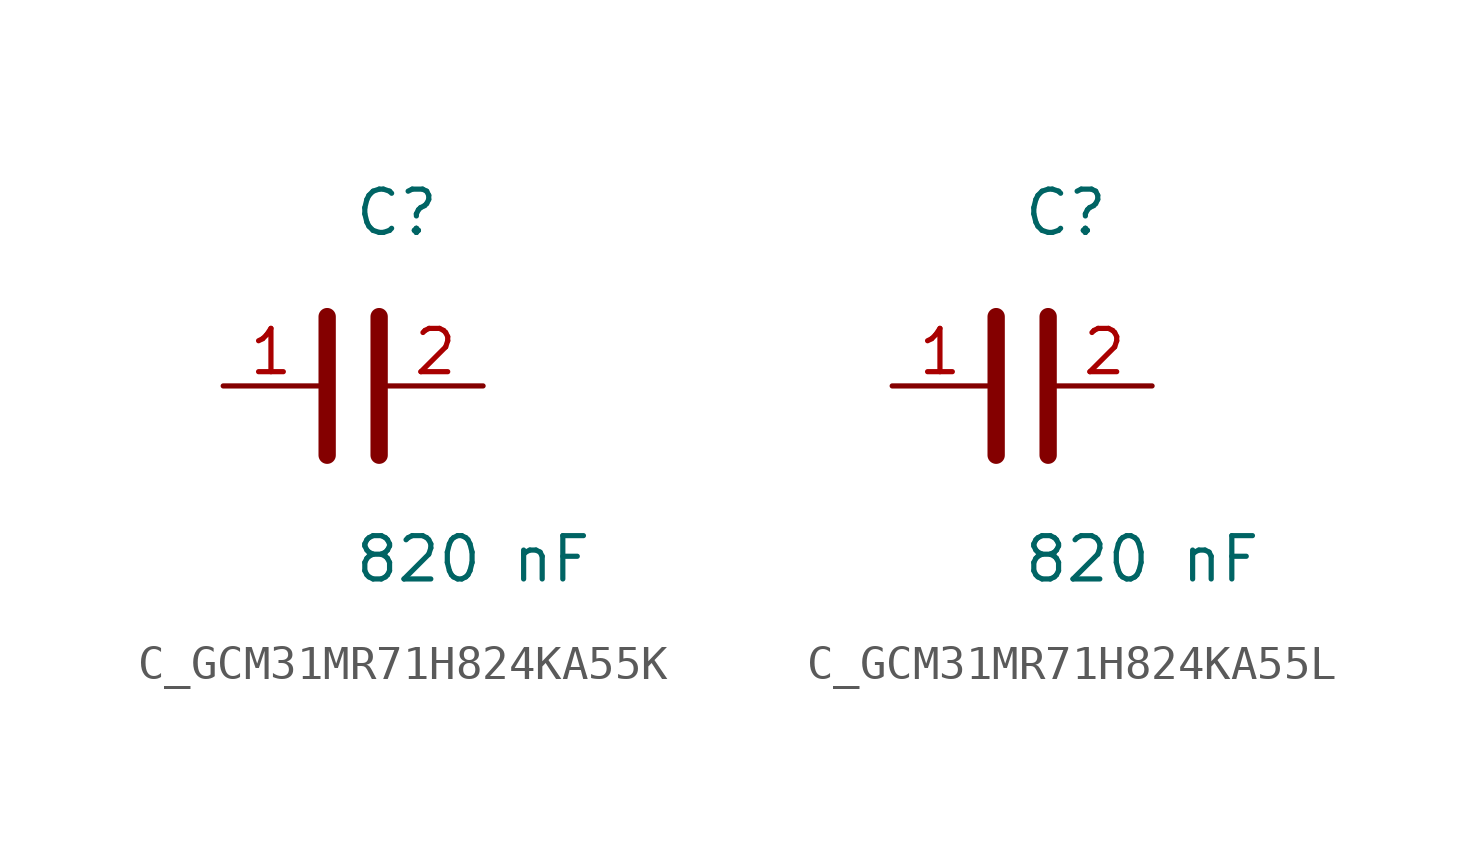
<source format=kicad_sym>
(kicad_symbol_lib
  (version 20231120)
  (generator kicad_symbol_editor)
  (generator_version 8.0)
  (symbol "C_GCM31MR71H824KA55K"
    (pin_names
      (offset 0.254))
    (property "Value" "820 nF"
      (at 0 -5.08 0)
      (effects (font (size 1.27 1.27)) (justify left)))
    (property "Reference" "C"
      (at 0 5.08 0)
      (effects (font (size 1.27 1.27)) (justify left)))
    (symbol "C_GCM31MR71H824KA55K_0_1"
      (polyline (pts (xy -0.762 -2.032) (xy -0.762 2.032)) (stroke (width 0.508) (type default)) (fill (type none)))
      (polyline (pts (xy 0.762 -2.032) (xy 0.762 2.032)) (stroke (width 0.508) (type default)) (fill (type none))))
    (pin unspecified line
      (at -3.81 0 0)
      (length 2.8)
      (name "" (effects (font (size 1.27 1.27))))
      (number "1" (effects (font (size 1.27 1.27)))))
    (pin unspecified line
      (at 3.81 0 180)
      (length 2.8)
      (name "" (effects (font (size 1.27 1.27))))
      (number "2" (effects (font (size 1.27 1.27))))))
  (symbol "C_GCM31MR71H824KA55L"
    (pin_names
      (offset 0.254))
    (property "Value" "820 nF"
      (at 0 -5.08 0)
      (effects (font (size 1.27 1.27)) (justify left)))
    (property "Reference" "C"
      (at 0 5.08 0)
      (effects (font (size 1.27 1.27)) (justify left)))
    (symbol "C_GCM31MR71H824KA55L_0_1"
      (polyline (pts (xy -0.762 -2.032) (xy -0.762 2.032)) (stroke (width 0.508) (type default)) (fill (type none)))
      (polyline (pts (xy 0.762 -2.032) (xy 0.762 2.032)) (stroke (width 0.508) (type default)) (fill (type none))))
    (pin unspecified line
      (at -3.81 0 0)
      (length 2.8)
      (name "" (effects (font (size 1.27 1.27))))
      (number "1" (effects (font (size 1.27 1.27)))))
    (pin unspecified line
      (at 3.81 0 180)
      (length 2.8)
      (name "" (effects (font (size 1.27 1.27))))
      (number "2" (effects (font (size 1.27 1.27)))))))
</source>
